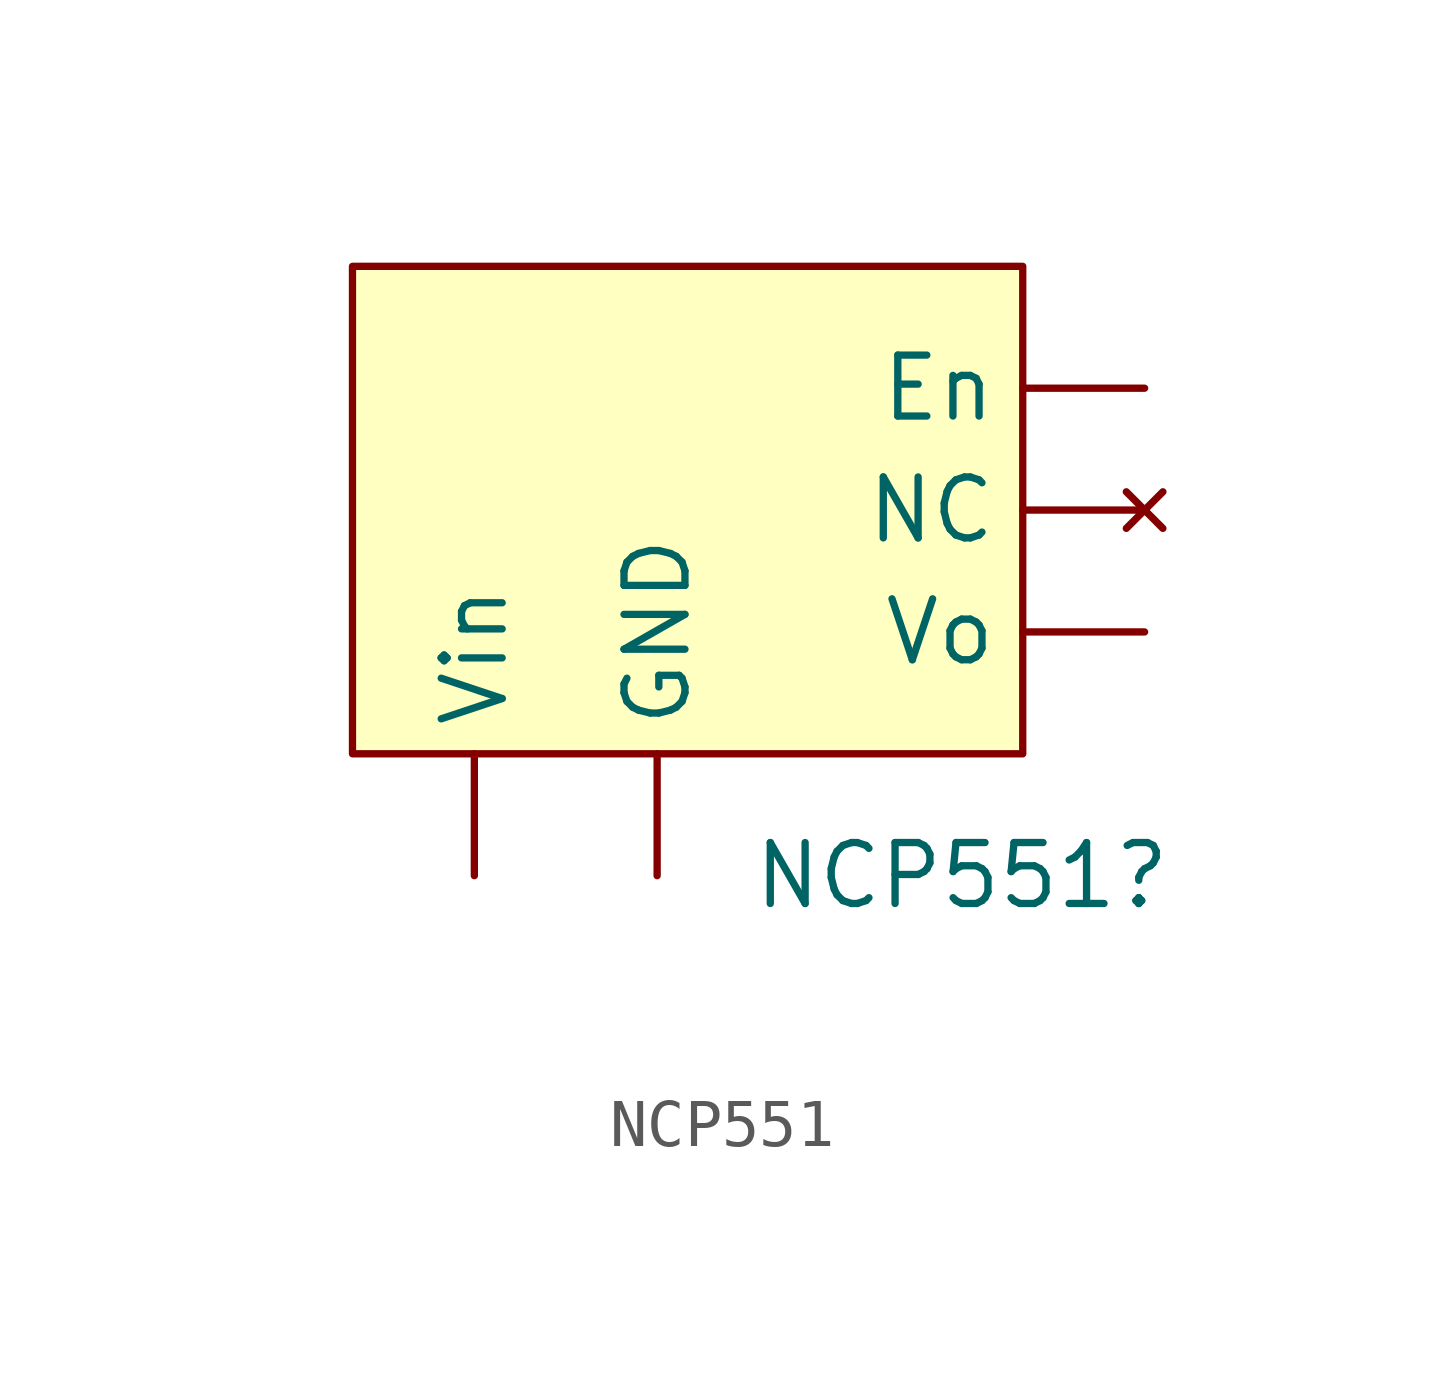
<source format=kicad_sym>
(kicad_symbol_lib
  (version 20220914)
  (generator kicad_symbol_editor)
  (symbol "NCP551"
    (property "Reference" "NCP551"
      (at 7.62 -2.54 0)
      (effects (font (size 1.27 1.27))))
    (property "Value" ""
      (at -6.35 -5.08 0)
      (effects (font (size 1.27 1.27))))
    (symbol "NCP551_1_1"
      (rectangle (start -5.08 10.16) (end 8.89 0) (stroke (width 0) (type default)) (fill (type background)))
      (pin input line (at 11.43 7.62 180) (length 2.54) (name "En" (effects (font (size 1.27 1.27)))) (number "" (effects (font (size 1.27 1.27)))))
      (pin power_in line (at 1.27 -2.54 90) (length 2.54) (name "GND" (effects (font (size 1.27 1.27)))) (number "" (effects (font (size 1.27 1.27)))))
      (pin no_connect line (at 11.43 5.08 180) (length 2.54) (name "NC" (effects (font (size 1.27 1.27)))) (number "" (effects (font (size 1.27 1.27)))))
      (pin power_in line (at -2.54 -2.54 90) (length 2.54) (name "Vin" (effects (font (size 1.27 1.27)))) (number "" (effects (font (size 1.27 1.27)))))
      (pin power_out line (at 11.43 2.54 180) (length 2.54) (name "Vo" (effects (font (size 1.27 1.27)))) (number "" (effects (font (size 1.27 1.27))))))))
</source>
